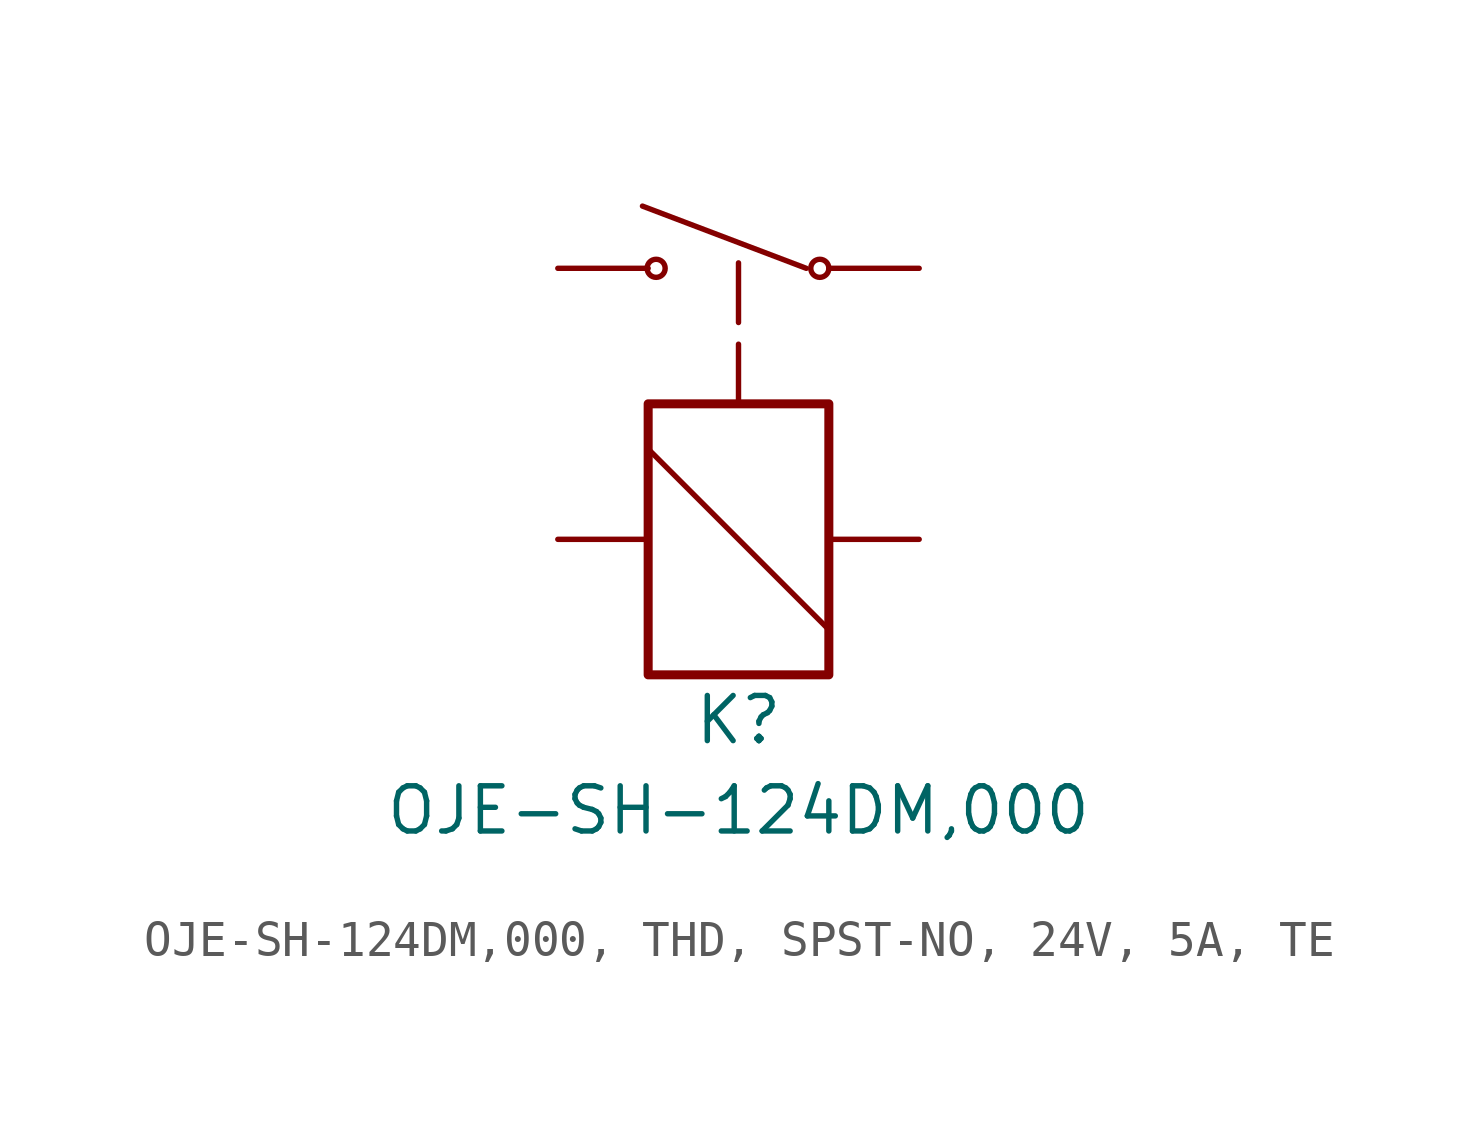
<source format=kicad_sym>
(kicad_symbol_lib
  (version 20241209)
  (generator "kicad_symbol_editor")
  (generator_version "9.0")
  (symbol "OJE-SH-124DM,000, THD, SPST-NO, 24V, 5A, TE"
    (pin_numbers
      (hide yes))
    (pin_names
      (offset 0)
      (hide yes))
    (property "Reference" "K"
      (at 0 -5.08 0)
      (effects (font (size 1.27 1.27))))
    (property "Value" "OJE-SH-124DM,000"
      (at 0 -7.62 0)
      (effects (font (size 1.27 1.27))))
    (symbol "OJE-SH-124DM,000, THD, SPST-NO, 24V, 5A, TE_0_1"
      (rectangle (start -2.54 3.81) (end 2.54 -3.81) (stroke (width 0.254) (type default)) (fill (type none)))
      (polyline (pts (xy -2.54 2.54) (xy 2.54 -2.54)) (stroke (width 0) (type default)) (fill (type none))))
    (symbol "OJE-SH-124DM,000, THD, SPST-NO, 24V, 5A, TE_1_1"
      (circle (center -2.316 7.62) (radius 0.254) (stroke (width 0) (type default)) (fill (type none)))
      (polyline (pts (xy 0 3.81) (xy 0 8.128)) (stroke (width 0) (type dash)) (fill (type none)))
      (polyline (pts (xy 1.905 7.62) (xy -2.7 9.369)) (stroke (width 0) (type default)) (fill (type none)))
      (circle (center 2.286 7.62) (radius 0.254) (stroke (width 0) (type default)) (fill (type none)))
      (pin passive line (at -5.08 7.62 0) (length 2.54) (name "NO" (effects (font (size 1.27 1.27)))) (number "NO" (effects (font (size 1.27 1.27)))))
      (pin passive line (at -5.08 0 0) (length 2.54) (name "COIL1" (effects (font (size 1.27 1.27)))) (number "COIL1" (effects (font (size 1.27 1.27)))))
      (pin passive line (at 5.08 7.62 180) (length 2.54) (name "COM" (effects (font (size 1.27 1.27)))) (number "COM" (effects (font (size 1.27 1.27)))))
      (pin passive line (at 5.08 0 180) (length 2.54) (name "COIL2" (effects (font (size 1.27 1.27)))) (number "COIL2" (effects (font (size 1.27 1.27))))))))
</source>
